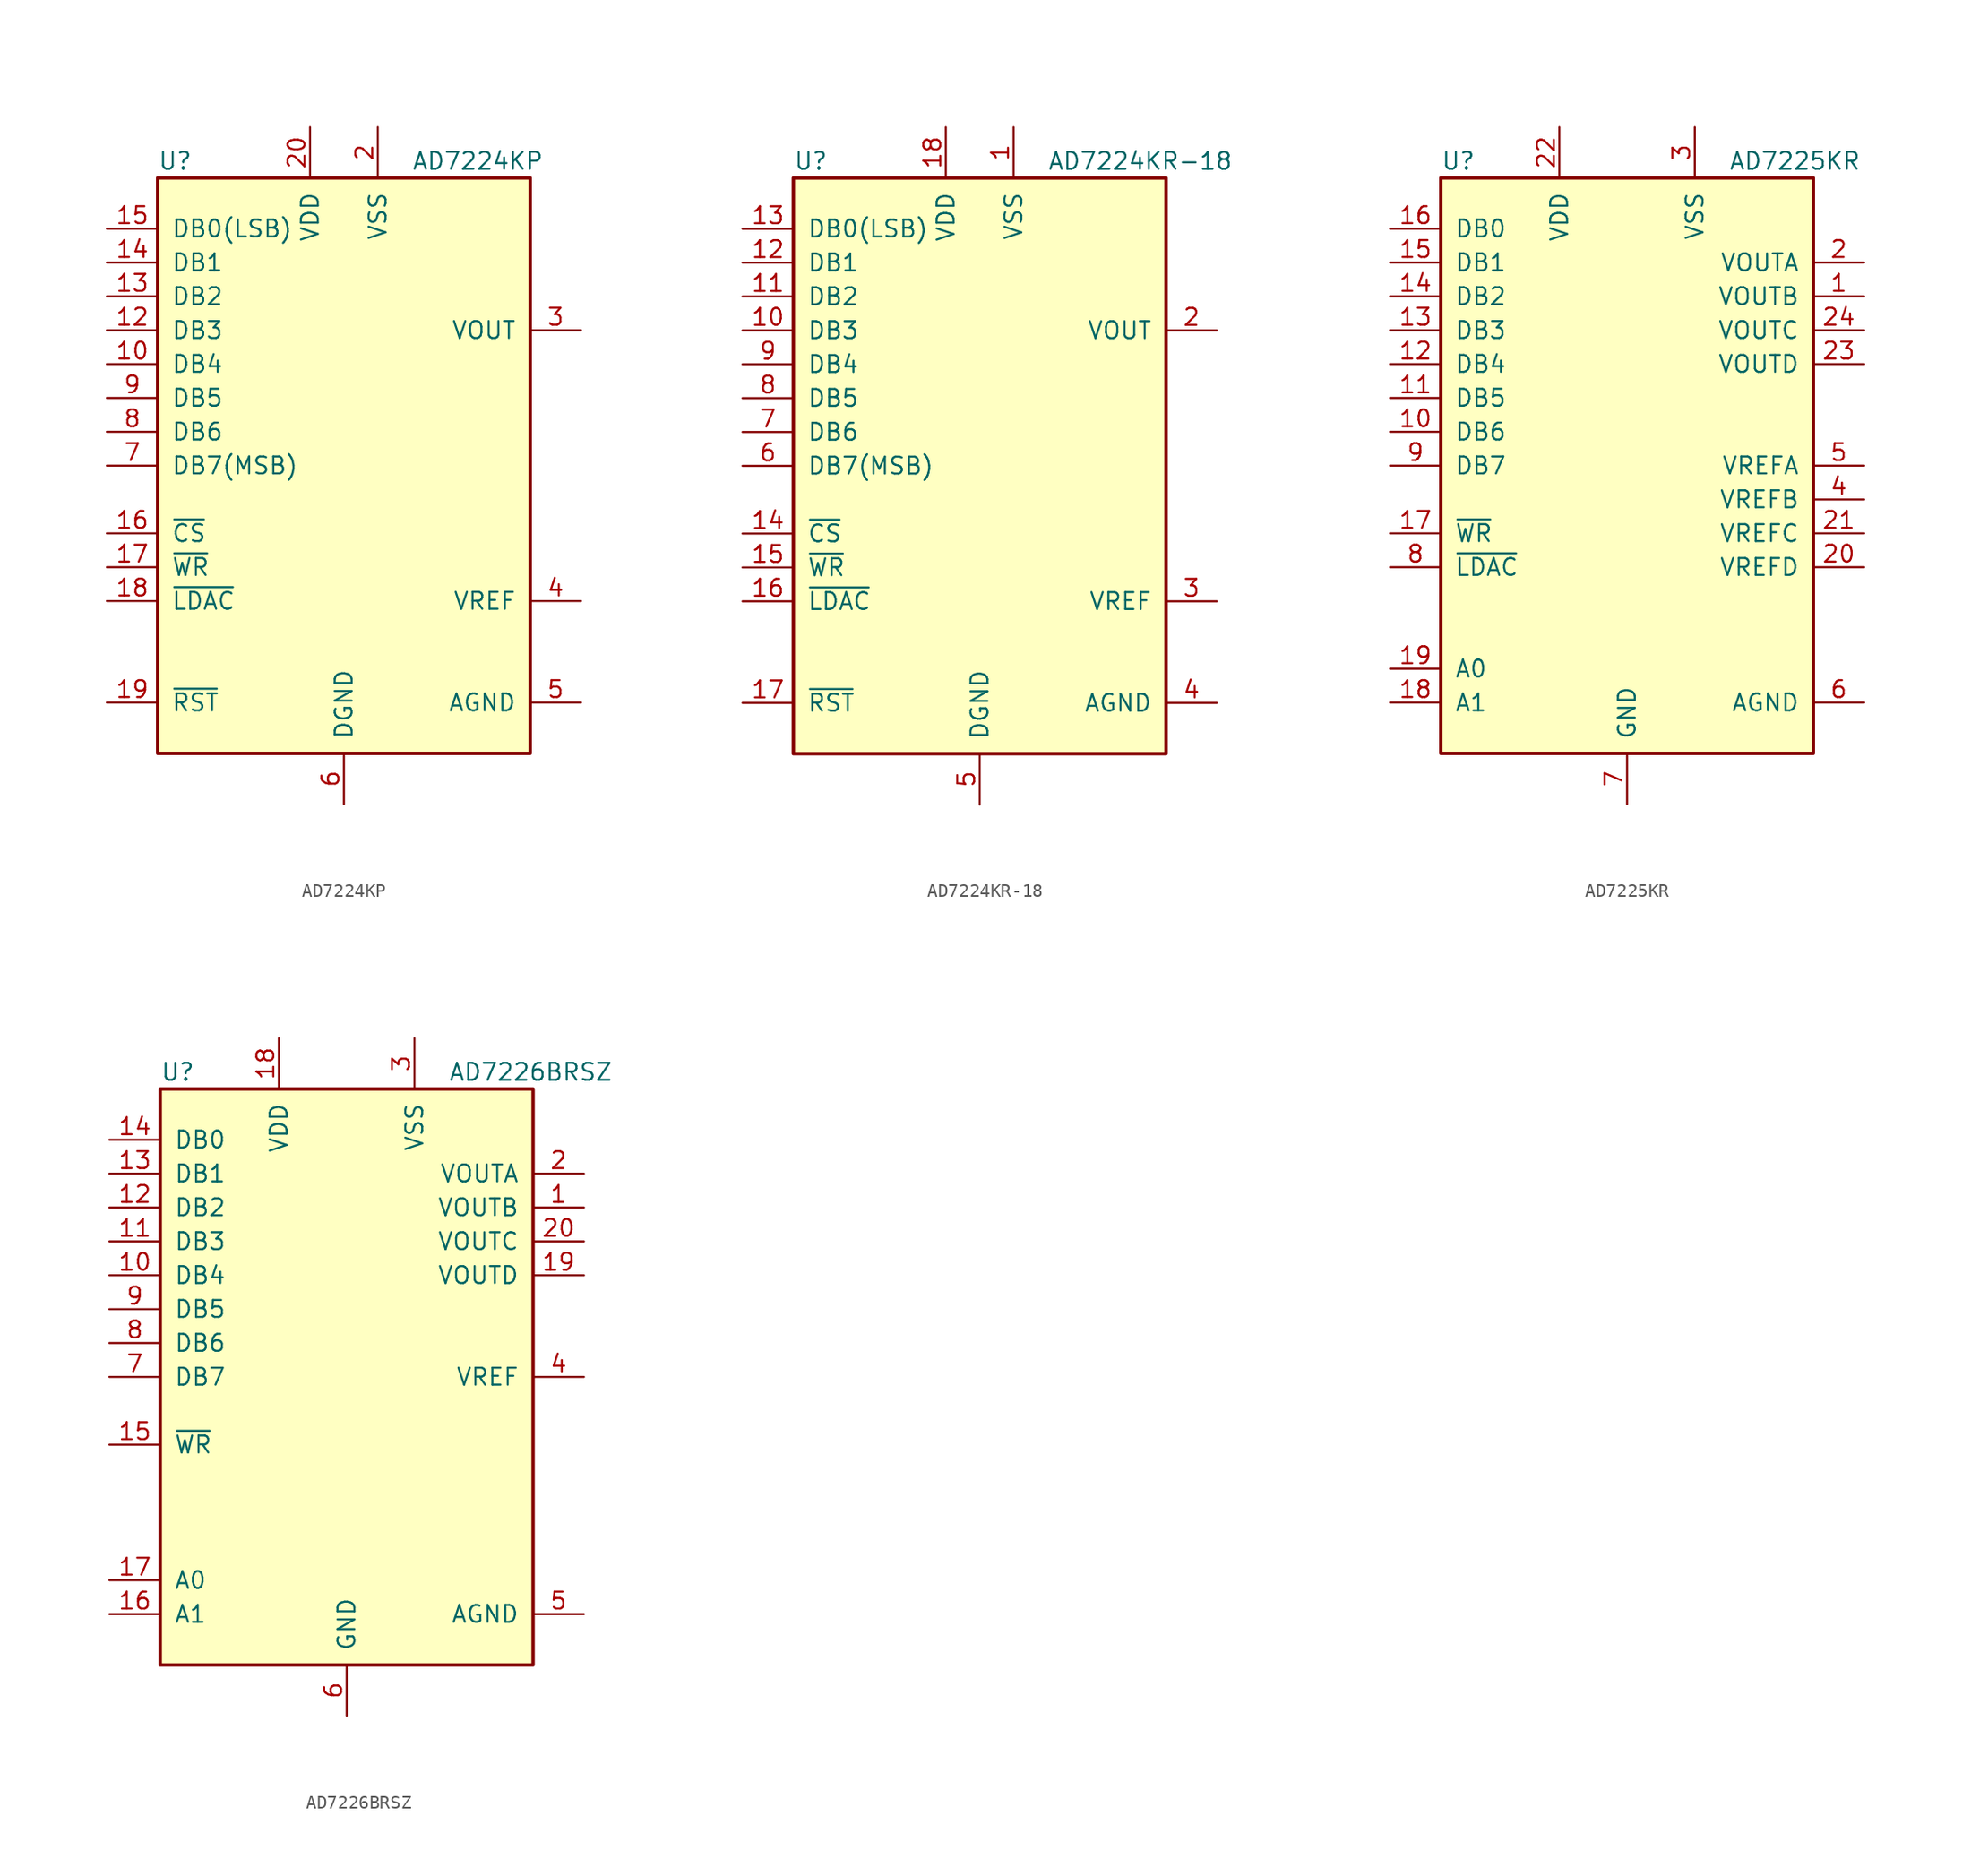
<source format=kicad_sym>
(kicad_symbol_lib
  (version 20231120)
  (generator "kicad_symbol_editor")
  (generator_version "8.0")
  (symbol "AD7224KP"
    (pin_names
      (offset 1.016))
    (property "Reference" "U"
      (at -13.97 22.86 0)
      (effects (font (size 1.27 1.27)) (justify left)))
    (property "Value" "AD7224KP"
      (at 5.08 22.86 0)
      (effects (font (size 1.27 1.27)) (justify left)))
    (symbol "AD7224KP_1_1"
      (rectangle (start -13.97 -21.59) (end 13.97 21.59) (stroke (width 0.254) (type default)) (fill (type background)))
      (pin input line (at -17.78 7.62 0) (length 3.81) (name "DB4" (effects (font (size 1.27 1.27)))) (number "10" (effects (font (size 1.27 1.27)))))
      (pin input line (at -17.78 10.16 0) (length 3.81) (name "DB3" (effects (font (size 1.27 1.27)))) (number "12" (effects (font (size 1.27 1.27)))))
      (pin input line (at -17.78 12.7 0) (length 3.81) (name "DB2" (effects (font (size 1.27 1.27)))) (number "13" (effects (font (size 1.27 1.27)))))
      (pin input line (at -17.78 15.24 0) (length 3.81) (name "DB1" (effects (font (size 1.27 1.27)))) (number "14" (effects (font (size 1.27 1.27)))))
      (pin input line (at -17.78 17.78 0) (length 3.81) (name "DB0(LSB)" (effects (font (size 1.27 1.27)))) (number "15" (effects (font (size 1.27 1.27)))))
      (pin input line (at -17.78 -5.08 0) (length 3.81) (name "~{CS}" (effects (font (size 1.27 1.27)))) (number "16" (effects (font (size 1.27 1.27)))))
      (pin input line (at -17.78 -7.62 0) (length 3.81) (name "~{WR}" (effects (font (size 1.27 1.27)))) (number "17" (effects (font (size 1.27 1.27)))))
      (pin input line (at -17.78 -10.16 0) (length 3.81) (name "~{LDAC}" (effects (font (size 1.27 1.27)))) (number "18" (effects (font (size 1.27 1.27)))))
      (pin input line (at -17.78 -17.78 0) (length 3.81) (name "~{RST}" (effects (font (size 1.27 1.27)))) (number "19" (effects (font (size 1.27 1.27)))))
      (pin power_in line (at 2.54 25.4 270) (length 3.81) (name "VSS" (effects (font (size 1.27 1.27)))) (number "2" (effects (font (size 1.27 1.27)))))
      (pin power_in line (at -2.54 25.4 270) (length 3.81) (name "VDD" (effects (font (size 1.27 1.27)))) (number "20" (effects (font (size 1.27 1.27)))))
      (pin output line (at 17.78 10.16 180) (length 3.81) (name "VOUT" (effects (font (size 1.27 1.27)))) (number "3" (effects (font (size 1.27 1.27)))))
      (pin passive line (at 17.78 -10.16 180) (length 3.81) (name "VREF" (effects (font (size 1.27 1.27)))) (number "4" (effects (font (size 1.27 1.27)))))
      (pin passive line (at 17.78 -17.78 180) (length 3.81) (name "AGND" (effects (font (size 1.27 1.27)))) (number "5" (effects (font (size 1.27 1.27)))))
      (pin power_in line (at 0 -25.4 90) (length 3.81) (name "DGND" (effects (font (size 1.27 1.27)))) (number "6" (effects (font (size 1.27 1.27)))))
      (pin input line (at -17.78 0 0) (length 3.81) (name "DB7(MSB)" (effects (font (size 1.27 1.27)))) (number "7" (effects (font (size 1.27 1.27)))))
      (pin input line (at -17.78 2.54 0) (length 3.81) (name "DB6" (effects (font (size 1.27 1.27)))) (number "8" (effects (font (size 1.27 1.27)))))
      (pin input line (at -17.78 5.08 0) (length 3.81) (name "DB5" (effects (font (size 1.27 1.27)))) (number "9" (effects (font (size 1.27 1.27)))))))
  (symbol "AD7224KR-18"
    (pin_names
      (offset 1.016))
    (property "Reference" "U"
      (at -13.97 22.86 0)
      (effects (font (size 1.27 1.27)) (justify left)))
    (property "Value" "AD7224KR-18"
      (at 5.08 22.86 0)
      (effects (font (size 1.27 1.27)) (justify left)))
    (symbol "AD7224KR-18_1_1"
      (rectangle (start -13.97 -21.59) (end 13.97 21.59) (stroke (width 0.254) (type default)) (fill (type background)))
      (pin power_in line (at 2.54 25.4 270) (length 3.81) (name "VSS" (effects (font (size 1.27 1.27)))) (number "1" (effects (font (size 1.27 1.27)))))
      (pin input line (at -17.78 10.16 0) (length 3.81) (name "DB3" (effects (font (size 1.27 1.27)))) (number "10" (effects (font (size 1.27 1.27)))))
      (pin input line (at -17.78 12.7 0) (length 3.81) (name "DB2" (effects (font (size 1.27 1.27)))) (number "11" (effects (font (size 1.27 1.27)))))
      (pin input line (at -17.78 15.24 0) (length 3.81) (name "DB1" (effects (font (size 1.27 1.27)))) (number "12" (effects (font (size 1.27 1.27)))))
      (pin input line (at -17.78 17.78 0) (length 3.81) (name "DB0(LSB)" (effects (font (size 1.27 1.27)))) (number "13" (effects (font (size 1.27 1.27)))))
      (pin input line (at -17.78 -5.08 0) (length 3.81) (name "~{CS}" (effects (font (size 1.27 1.27)))) (number "14" (effects (font (size 1.27 1.27)))))
      (pin input line (at -17.78 -7.62 0) (length 3.81) (name "~{WR}" (effects (font (size 1.27 1.27)))) (number "15" (effects (font (size 1.27 1.27)))))
      (pin input line (at -17.78 -10.16 0) (length 3.81) (name "~{LDAC}" (effects (font (size 1.27 1.27)))) (number "16" (effects (font (size 1.27 1.27)))))
      (pin input line (at -17.78 -17.78 0) (length 3.81) (name "~{RST}" (effects (font (size 1.27 1.27)))) (number "17" (effects (font (size 1.27 1.27)))))
      (pin power_in line (at -2.54 25.4 270) (length 3.81) (name "VDD" (effects (font (size 1.27 1.27)))) (number "18" (effects (font (size 1.27 1.27)))))
      (pin output line (at 17.78 10.16 180) (length 3.81) (name "VOUT" (effects (font (size 1.27 1.27)))) (number "2" (effects (font (size 1.27 1.27)))))
      (pin passive line (at 17.78 -10.16 180) (length 3.81) (name "VREF" (effects (font (size 1.27 1.27)))) (number "3" (effects (font (size 1.27 1.27)))))
      (pin passive line (at 17.78 -17.78 180) (length 3.81) (name "AGND" (effects (font (size 1.27 1.27)))) (number "4" (effects (font (size 1.27 1.27)))))
      (pin power_in line (at 0 -25.4 90) (length 3.81) (name "DGND" (effects (font (size 1.27 1.27)))) (number "5" (effects (font (size 1.27 1.27)))))
      (pin input line (at -17.78 0 0) (length 3.81) (name "DB7(MSB)" (effects (font (size 1.27 1.27)))) (number "6" (effects (font (size 1.27 1.27)))))
      (pin input line (at -17.78 2.54 0) (length 3.81) (name "DB6" (effects (font (size 1.27 1.27)))) (number "7" (effects (font (size 1.27 1.27)))))
      (pin input line (at -17.78 5.08 0) (length 3.81) (name "DB5" (effects (font (size 1.27 1.27)))) (number "8" (effects (font (size 1.27 1.27)))))
      (pin input line (at -17.78 7.62 0) (length 3.81) (name "DB4" (effects (font (size 1.27 1.27)))) (number "9" (effects (font (size 1.27 1.27)))))))
  (symbol "AD7225KR"
    (pin_names
      (offset 1.016))
    (property "Reference" "U"
      (at -13.97 22.86 0)
      (effects (font (size 1.27 1.27)) (justify left)))
    (property "Value" "AD7225KR"
      (at 7.62 22.86 0)
      (effects (font (size 1.27 1.27)) (justify left)))
    (symbol "AD7225KR_0_1"
      (rectangle (start -13.97 -21.59) (end 13.97 21.59) (stroke (width 0.254) (type default)) (fill (type background))))
    (symbol "AD7225KR_1_1"
      (pin output line (at 17.78 12.7 180) (length 3.81) (name "VOUTB" (effects (font (size 1.27 1.27)))) (number "1" (effects (font (size 1.27 1.27)))))
      (pin input line (at -17.78 2.54 0) (length 3.81) (name "DB6" (effects (font (size 1.27 1.27)))) (number "10" (effects (font (size 1.27 1.27)))))
      (pin input line (at -17.78 5.08 0) (length 3.81) (name "DB5" (effects (font (size 1.27 1.27)))) (number "11" (effects (font (size 1.27 1.27)))))
      (pin input line (at -17.78 7.62 0) (length 3.81) (name "DB4" (effects (font (size 1.27 1.27)))) (number "12" (effects (font (size 1.27 1.27)))))
      (pin input line (at -17.78 10.16 0) (length 3.81) (name "DB3" (effects (font (size 1.27 1.27)))) (number "13" (effects (font (size 1.27 1.27)))))
      (pin input line (at -17.78 12.7 0) (length 3.81) (name "DB2" (effects (font (size 1.27 1.27)))) (number "14" (effects (font (size 1.27 1.27)))))
      (pin input line (at -17.78 15.24 0) (length 3.81) (name "DB1" (effects (font (size 1.27 1.27)))) (number "15" (effects (font (size 1.27 1.27)))))
      (pin input line (at -17.78 17.78 0) (length 3.81) (name "DB0" (effects (font (size 1.27 1.27)))) (number "16" (effects (font (size 1.27 1.27)))))
      (pin input line (at -17.78 -5.08 0) (length 3.81) (name "~{WR}" (effects (font (size 1.27 1.27)))) (number "17" (effects (font (size 1.27 1.27)))))
      (pin input line (at -17.78 -17.78 0) (length 3.81) (name "A1" (effects (font (size 1.27 1.27)))) (number "18" (effects (font (size 1.27 1.27)))))
      (pin input line (at -17.78 -15.24 0) (length 3.81) (name "A0" (effects (font (size 1.27 1.27)))) (number "19" (effects (font (size 1.27 1.27)))))
      (pin output line (at 17.78 15.24 180) (length 3.81) (name "VOUTA" (effects (font (size 1.27 1.27)))) (number "2" (effects (font (size 1.27 1.27)))))
      (pin input line (at 17.78 -7.62 180) (length 3.81) (name "VREFD" (effects (font (size 1.27 1.27)))) (number "20" (effects (font (size 1.27 1.27)))))
      (pin input line (at 17.78 -5.08 180) (length 3.81) (name "VREFC" (effects (font (size 1.27 1.27)))) (number "21" (effects (font (size 1.27 1.27)))))
      (pin power_in line (at -5.08 25.4 270) (length 3.81) (name "VDD" (effects (font (size 1.27 1.27)))) (number "22" (effects (font (size 1.27 1.27)))))
      (pin output line (at 17.78 7.62 180) (length 3.81) (name "VOUTD" (effects (font (size 1.27 1.27)))) (number "23" (effects (font (size 1.27 1.27)))))
      (pin output line (at 17.78 10.16 180) (length 3.81) (name "VOUTC" (effects (font (size 1.27 1.27)))) (number "24" (effects (font (size 1.27 1.27)))))
      (pin power_in line (at 5.08 25.4 270) (length 3.81) (name "VSS" (effects (font (size 1.27 1.27)))) (number "3" (effects (font (size 1.27 1.27)))))
      (pin input line (at 17.78 -2.54 180) (length 3.81) (name "VREFB" (effects (font (size 1.27 1.27)))) (number "4" (effects (font (size 1.27 1.27)))))
      (pin input line (at 17.78 0 180) (length 3.81) (name "VREFA" (effects (font (size 1.27 1.27)))) (number "5" (effects (font (size 1.27 1.27)))))
      (pin input line (at 17.78 -17.78 180) (length 3.81) (name "AGND" (effects (font (size 1.27 1.27)))) (number "6" (effects (font (size 1.27 1.27)))))
      (pin power_in line (at 0 -25.4 90) (length 3.81) (name "GND" (effects (font (size 1.27 1.27)))) (number "7" (effects (font (size 1.27 1.27)))))
      (pin input line (at -17.78 -7.62 0) (length 3.81) (name "~{LDAC}" (effects (font (size 1.27 1.27)))) (number "8" (effects (font (size 1.27 1.27)))))
      (pin input line (at -17.78 0 0) (length 3.81) (name "DB7" (effects (font (size 1.27 1.27)))) (number "9" (effects (font (size 1.27 1.27)))))))
  (symbol "AD7226BRSZ"
    (pin_names
      (offset 1.016))
    (property "Reference" "U"
      (at -13.97 22.86 0)
      (effects (font (size 1.27 1.27)) (justify left)))
    (property "Value" "AD7226BRSZ"
      (at 7.62 22.86 0)
      (effects (font (size 1.27 1.27)) (justify left)))
    (symbol "AD7226BRSZ_0_1"
      (rectangle (start -13.97 -21.59) (end 13.97 21.59) (stroke (width 0.254) (type default)) (fill (type background))))
    (symbol "AD7226BRSZ_1_1"
      (pin output line (at 17.78 12.7 180) (length 3.81) (name "VOUTB" (effects (font (size 1.27 1.27)))) (number "1" (effects (font (size 1.27 1.27)))))
      (pin input line (at -17.78 7.62 0) (length 3.81) (name "DB4" (effects (font (size 1.27 1.27)))) (number "10" (effects (font (size 1.27 1.27)))))
      (pin input line (at -17.78 10.16 0) (length 3.81) (name "DB3" (effects (font (size 1.27 1.27)))) (number "11" (effects (font (size 1.27 1.27)))))
      (pin input line (at -17.78 12.7 0) (length 3.81) (name "DB2" (effects (font (size 1.27 1.27)))) (number "12" (effects (font (size 1.27 1.27)))))
      (pin input line (at -17.78 15.24 0) (length 3.81) (name "DB1" (effects (font (size 1.27 1.27)))) (number "13" (effects (font (size 1.27 1.27)))))
      (pin input line (at -17.78 17.78 0) (length 3.81) (name "DB0" (effects (font (size 1.27 1.27)))) (number "14" (effects (font (size 1.27 1.27)))))
      (pin input line (at -17.78 -5.08 0) (length 3.81) (name "~{WR}" (effects (font (size 1.27 1.27)))) (number "15" (effects (font (size 1.27 1.27)))))
      (pin input line (at -17.78 -17.78 0) (length 3.81) (name "A1" (effects (font (size 1.27 1.27)))) (number "16" (effects (font (size 1.27 1.27)))))
      (pin input line (at -17.78 -15.24 0) (length 3.81) (name "A0" (effects (font (size 1.27 1.27)))) (number "17" (effects (font (size 1.27 1.27)))))
      (pin power_in line (at -5.08 25.4 270) (length 3.81) (name "VDD" (effects (font (size 1.27 1.27)))) (number "18" (effects (font (size 1.27 1.27)))))
      (pin output line (at 17.78 7.62 180) (length 3.81) (name "VOUTD" (effects (font (size 1.27 1.27)))) (number "19" (effects (font (size 1.27 1.27)))))
      (pin output line (at 17.78 15.24 180) (length 3.81) (name "VOUTA" (effects (font (size 1.27 1.27)))) (number "2" (effects (font (size 1.27 1.27)))))
      (pin output line (at 17.78 10.16 180) (length 3.81) (name "VOUTC" (effects (font (size 1.27 1.27)))) (number "20" (effects (font (size 1.27 1.27)))))
      (pin power_in line (at 5.08 25.4 270) (length 3.81) (name "VSS" (effects (font (size 1.27 1.27)))) (number "3" (effects (font (size 1.27 1.27)))))
      (pin input line (at 17.78 0 180) (length 3.81) (name "VREF" (effects (font (size 1.27 1.27)))) (number "4" (effects (font (size 1.27 1.27)))))
      (pin input line (at 17.78 -17.78 180) (length 3.81) (name "AGND" (effects (font (size 1.27 1.27)))) (number "5" (effects (font (size 1.27 1.27)))))
      (pin power_in line (at 0 -25.4 90) (length 3.81) (name "GND" (effects (font (size 1.27 1.27)))) (number "6" (effects (font (size 1.27 1.27)))))
      (pin input line (at -17.78 0 0) (length 3.81) (name "DB7" (effects (font (size 1.27 1.27)))) (number "7" (effects (font (size 1.27 1.27)))))
      (pin input line (at -17.78 2.54 0) (length 3.81) (name "DB6" (effects (font (size 1.27 1.27)))) (number "8" (effects (font (size 1.27 1.27)))))
      (pin input line (at -17.78 5.08 0) (length 3.81) (name "DB5" (effects (font (size 1.27 1.27)))) (number "9" (effects (font (size 1.27 1.27))))))))
</source>
